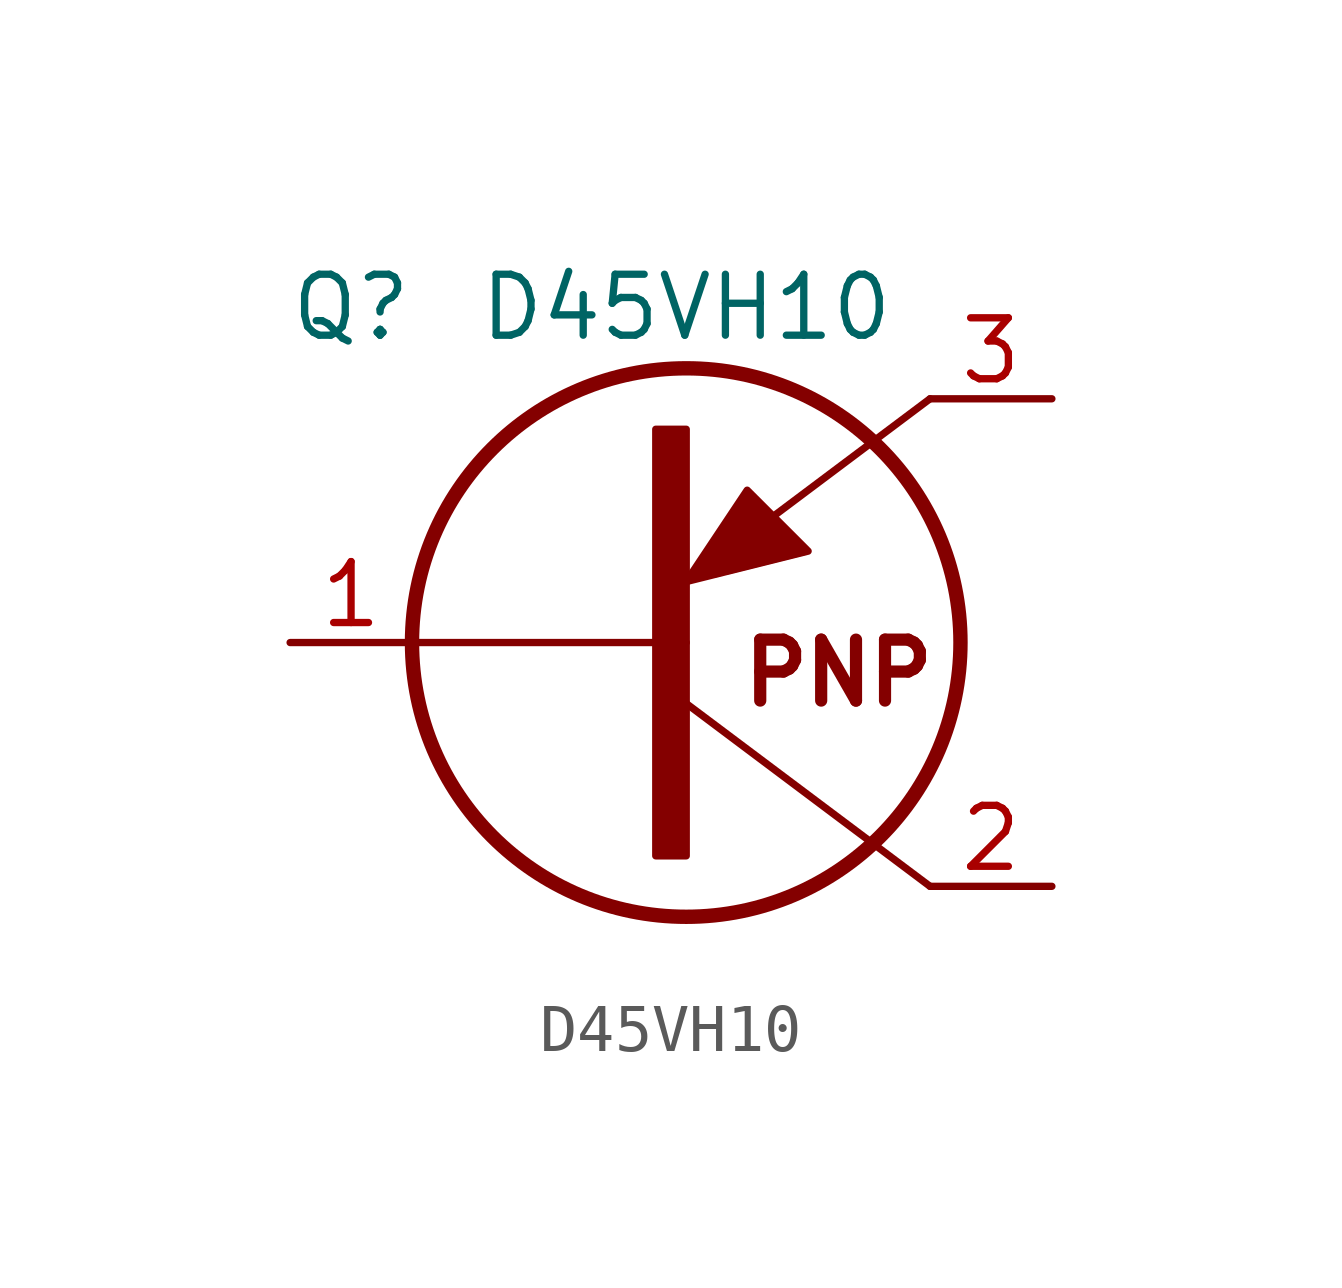
<source format=kicad_sym>
(kicad_symbol_lib
  (version 20211014)
  (generator kicad_symbol_editor)
  (symbol "D45VH10"
    (property "Reference" "Q"
      (at -6.985 0 0)
      (effects (font (size 1.27 1.27))))
    (property "Value" "D45VH10"
      (at 0 0 0)
      (effects (font (size 1.27 1.27))))
    (symbol "D45VH10_0_0"
      (rectangle (start -0.635 -2.54) (end 0 -11.43) (stroke (width 0) (type default) (color 0 0 0 0)) (fill (type outline)))
      (text "PNP" (at 3.175 -7.62 0) (effects (font (size 1.27 1.27) bold))))
    (symbol "D45VH10_0_1"
      (circle (center 0 -6.985) (radius 5.715) (stroke (width 0.3) (type default) (color 0 0 0 0)) (fill (type none)))
      (polyline (pts (xy -5.715 -6.985) (xy 0 -6.985)) (stroke (width 0) (type default) (color 0 0 0 0)) (fill (type none)))
      (polyline (pts (xy 0 -8.255) (xy 5.08 -12.065) (xy 5.08 -12.065)) (stroke (width 0) (type default) (color 0 0 0 0)) (fill (type none)))
      (polyline (pts (xy 0 -5.715) (xy 5.08 -1.905) (xy 5.08 -1.905)) (stroke (width 0) (type default) (color 0 0 0 0)) (fill (type none)))
      (polyline (pts (xy 0 -5.715) (xy 1.27 -3.81) (xy 2.54 -5.08) (xy 0 -5.715) (xy 2.54 -5.08)) (stroke (width 0) (type default) (color 0 0 0 0)) (fill (type outline))))
    (symbol "D45VH10_1_1"
      (pin input line (at -8.255 -6.985 0) (length 2.54) (name "" (effects (font (size 1.27 1.27)))) (number "1" (effects (font (size 1.27 1.27)))))
      (pin input line (at 7.62 -12.065 180) (length 2.54) (name "" (effects (font (size 1.27 1.27)))) (number "2" (effects (font (size 1.27 1.27)))))
      (pin input line (at 7.62 -1.905 180) (length 2.54) (name "" (effects (font (size 1.27 1.27)))) (number "3" (effects (font (size 1.27 1.27))))))))
</source>
